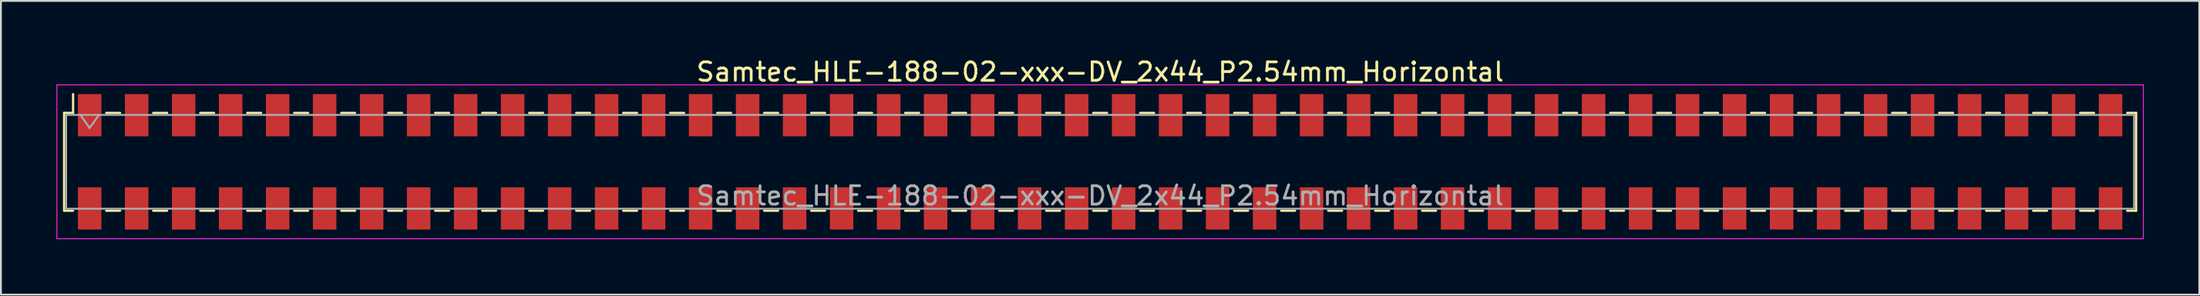
<source format=kicad_pcb>
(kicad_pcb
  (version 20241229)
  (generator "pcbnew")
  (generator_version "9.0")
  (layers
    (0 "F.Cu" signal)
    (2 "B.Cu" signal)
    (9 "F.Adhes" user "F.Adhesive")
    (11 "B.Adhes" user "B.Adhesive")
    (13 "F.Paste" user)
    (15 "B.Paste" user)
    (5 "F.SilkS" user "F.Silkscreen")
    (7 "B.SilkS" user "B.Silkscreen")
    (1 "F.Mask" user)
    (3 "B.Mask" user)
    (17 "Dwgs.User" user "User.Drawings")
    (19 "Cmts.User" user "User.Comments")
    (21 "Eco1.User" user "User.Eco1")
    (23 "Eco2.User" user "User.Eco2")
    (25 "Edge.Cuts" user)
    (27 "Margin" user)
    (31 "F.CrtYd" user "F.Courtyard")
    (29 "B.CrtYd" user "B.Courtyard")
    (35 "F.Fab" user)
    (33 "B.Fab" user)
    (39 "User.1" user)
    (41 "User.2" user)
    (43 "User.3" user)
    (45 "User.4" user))
  (footprint "Samtec_HLE-188-02-xxx-DV_2x44_P2.54mm_Horizontal"
    (layer "F.Cu")
    (at 56.405 5.718)
    (property "Reference" "Samtec_HLE-188-02-xxx-DV_2x44_P2.54mm_Horizontal" (at 0 -4.87 0) (layer "F.SilkS") (effects (font (size 1 1) (thickness 0.15))))
    (attr smd)
    (fp_line (start -55.99 -2.65) (end -55.99 2.65) (stroke (width 0.12) (type solid)) (layer "F.SilkS"))
    (fp_line (start -55.99 2.65) (end -55.505 2.65) (stroke (width 0.12) (type solid)) (layer "F.SilkS"))
    (fp_line (start -55.505 -3.67) (end -55.505 -2.65) (stroke (width 0.12) (type solid)) (layer "F.SilkS"))
    (fp_line (start -55.505 -2.65) (end -55.99 -2.65) (stroke (width 0.12) (type solid)) (layer "F.SilkS"))
    (fp_line (start -53.715 -2.65) (end -52.965 -2.65) (stroke (width 0.12) (type solid)) (layer "F.SilkS"))
    (fp_line (start -53.715 2.65) (end -52.965 2.65) (stroke (width 0.12) (type solid)) (layer "F.SilkS"))
    (fp_line (start -51.175 -2.65) (end -50.425 -2.65) (stroke (width 0.12) (type solid)) (layer "F.SilkS"))
    (fp_line (start -51.175 2.65) (end -50.425 2.65) (stroke (width 0.12) (type solid)) (layer "F.SilkS"))
    (fp_line (start -48.635 -2.65) (end -47.885 -2.65) (stroke (width 0.12) (type solid)) (layer "F.SilkS"))
    (fp_line (start -48.635 2.65) (end -47.885 2.65) (stroke (width 0.12) (type solid)) (layer "F.SilkS"))
    (fp_line (start -46.095 -2.65) (end -45.345 -2.65) (stroke (width 0.12) (type solid)) (layer "F.SilkS"))
    (fp_line (start -46.095 2.65) (end -45.345 2.65) (stroke (width 0.12) (type solid)) (layer "F.SilkS"))
    (fp_line (start -43.555 -2.65) (end -42.805 -2.65) (stroke (width 0.12) (type solid)) (layer "F.SilkS"))
    (fp_line (start -43.555 2.65) (end -42.805 2.65) (stroke (width 0.12) (type solid)) (layer "F.SilkS"))
    (fp_line (start -41.015 -2.65) (end -40.265 -2.65) (stroke (width 0.12) (type solid)) (layer "F.SilkS"))
    (fp_line (start -41.015 2.65) (end -40.265 2.65) (stroke (width 0.12) (type solid)) (layer "F.SilkS"))
    (fp_line (start -38.475 -2.65) (end -37.725 -2.65) (stroke (width 0.12) (type solid)) (layer "F.SilkS"))
    (fp_line (start -38.475 2.65) (end -37.725 2.65) (stroke (width 0.12) (type solid)) (layer "F.SilkS"))
    (fp_line (start -35.935 -2.65) (end -35.185 -2.65) (stroke (width 0.12) (type solid)) (layer "F.SilkS"))
    (fp_line (start -35.935 2.65) (end -35.185 2.65) (stroke (width 0.12) (type solid)) (layer "F.SilkS"))
    (fp_line (start -33.395 -2.65) (end -32.645 -2.65) (stroke (width 0.12) (type solid)) (layer "F.SilkS"))
    (fp_line (start -33.395 2.65) (end -32.645 2.65) (stroke (width 0.12) (type solid)) (layer "F.SilkS"))
    (fp_line (start -30.855 -2.65) (end -30.105 -2.65) (stroke (width 0.12) (type solid)) (layer "F.SilkS"))
    (fp_line (start -30.855 2.65) (end -30.105 2.65) (stroke (width 0.12) (type solid)) (layer "F.SilkS"))
    (fp_line (start -28.315 -2.65) (end -27.565 -2.65) (stroke (width 0.12) (type solid)) (layer "F.SilkS"))
    (fp_line (start -28.315 2.65) (end -27.565 2.65) (stroke (width 0.12) (type solid)) (layer "F.SilkS"))
    (fp_line (start -25.775 -2.65) (end -25.025 -2.65) (stroke (width 0.12) (type solid)) (layer "F.SilkS"))
    (fp_line (start -25.775 2.65) (end -25.025 2.65) (stroke (width 0.12) (type solid)) (layer "F.SilkS"))
    (fp_line (start -23.235 -2.65) (end -22.485 -2.65) (stroke (width 0.12) (type solid)) (layer "F.SilkS"))
    (fp_line (start -23.235 2.65) (end -22.485 2.65) (stroke (width 0.12) (type solid)) (layer "F.SilkS"))
    (fp_line (start -20.695 -2.65) (end -19.945 -2.65) (stroke (width 0.12) (type solid)) (layer "F.SilkS"))
    (fp_line (start -20.695 2.65) (end -19.945 2.65) (stroke (width 0.12) (type solid)) (layer "F.SilkS"))
    (fp_line (start -18.155 -2.65) (end -17.405 -2.65) (stroke (width 0.12) (type solid)) (layer "F.SilkS"))
    (fp_line (start -18.155 2.65) (end -17.405 2.65) (stroke (width 0.12) (type solid)) (layer "F.SilkS"))
    (fp_line (start -15.615 -2.65) (end -14.865 -2.65) (stroke (width 0.12) (type solid)) (layer "F.SilkS"))
    (fp_line (start -15.615 2.65) (end -14.865 2.65) (stroke (width 0.12) (type solid)) (layer "F.SilkS"))
    (fp_line (start -13.075 -2.65) (end -12.325 -2.65) (stroke (width 0.12) (type solid)) (layer "F.SilkS"))
    (fp_line (start -13.075 2.65) (end -12.325 2.65) (stroke (width 0.12) (type solid)) (layer "F.SilkS"))
    (fp_line (start -10.535 -2.65) (end -9.785 -2.65) (stroke (width 0.12) (type solid)) (layer "F.SilkS"))
    (fp_line (start -10.535 2.65) (end -9.785 2.65) (stroke (width 0.12) (type solid)) (layer "F.SilkS"))
    (fp_line (start -7.995 -2.65) (end -7.245 -2.65) (stroke (width 0.12) (type solid)) (layer "F.SilkS"))
    (fp_line (start -7.995 2.65) (end -7.245 2.65) (stroke (width 0.12) (type solid)) (layer "F.SilkS"))
    (fp_line (start -5.455 -2.65) (end -4.705 -2.65) (stroke (width 0.12) (type solid)) (layer "F.SilkS"))
    (fp_line (start -5.455 2.65) (end -4.705 2.65) (stroke (width 0.12) (type solid)) (layer "F.SilkS"))
    (fp_line (start -2.915 -2.65) (end -2.165 -2.65) (stroke (width 0.12) (type solid)) (layer "F.SilkS"))
    (fp_line (start -2.915 2.65) (end -2.165 2.65) (stroke (width 0.12) (type solid)) (layer "F.SilkS"))
    (fp_line (start -0.375 -2.65) (end 0.375 -2.65) (stroke (width 0.12) (type solid)) (layer "F.SilkS"))
    (fp_line (start -0.375 2.65) (end 0.375 2.65) (stroke (width 0.12) (type solid)) (layer "F.SilkS"))
    (fp_line (start 2.165 -2.65) (end 2.915 -2.65) (stroke (width 0.12) (type solid)) (layer "F.SilkS"))
    (fp_line (start 2.165 2.65) (end 2.915 2.65) (stroke (width 0.12) (type solid)) (layer "F.SilkS"))
    (fp_line (start 4.705 -2.65) (end 5.455 -2.65) (stroke (width 0.12) (type solid)) (layer "F.SilkS"))
    (fp_line (start 4.705 2.65) (end 5.455 2.65) (stroke (width 0.12) (type solid)) (layer "F.SilkS"))
    (fp_line (start 7.245 -2.65) (end 7.995 -2.65) (stroke (width 0.12) (type solid)) (layer "F.SilkS"))
    (fp_line (start 7.245 2.65) (end 7.995 2.65) (stroke (width 0.12) (type solid)) (layer "F.SilkS"))
    (fp_line (start 9.785 -2.65) (end 10.535 -2.65) (stroke (width 0.12) (type solid)) (layer "F.SilkS"))
    (fp_line (start 9.785 2.65) (end 10.535 2.65) (stroke (width 0.12) (type solid)) (layer "F.SilkS"))
    (fp_line (start 12.325 -2.65) (end 13.075 -2.65) (stroke (width 0.12) (type solid)) (layer "F.SilkS"))
    (fp_line (start 12.325 2.65) (end 13.075 2.65) (stroke (width 0.12) (type solid)) (layer "F.SilkS"))
    (fp_line (start 14.865 -2.65) (end 15.615 -2.65) (stroke (width 0.12) (type solid)) (layer "F.SilkS"))
    (fp_line (start 14.865 2.65) (end 15.615 2.65) (stroke (width 0.12) (type solid)) (layer "F.SilkS"))
    (fp_line (start 17.405 -2.65) (end 18.155 -2.65) (stroke (width 0.12) (type solid)) (layer "F.SilkS"))
    (fp_line (start 17.405 2.65) (end 18.155 2.65) (stroke (width 0.12) (type solid)) (layer "F.SilkS"))
    (fp_line (start 19.945 -2.65) (end 20.695 -2.65) (stroke (width 0.12) (type solid)) (layer "F.SilkS"))
    (fp_line (start 19.945 2.65) (end 20.695 2.65) (stroke (width 0.12) (type solid)) (layer "F.SilkS"))
    (fp_line (start 22.485 -2.65) (end 23.235 -2.65) (stroke (width 0.12) (type solid)) (layer "F.SilkS"))
    (fp_line (start 22.485 2.65) (end 23.235 2.65) (stroke (width 0.12) (type solid)) (layer "F.SilkS"))
    (fp_line (start 25.025 -2.65) (end 25.775 -2.65) (stroke (width 0.12) (type solid)) (layer "F.SilkS"))
    (fp_line (start 25.025 2.65) (end 25.775 2.65) (stroke (width 0.12) (type solid)) (layer "F.SilkS"))
    (fp_line (start 27.565 -2.65) (end 28.315 -2.65) (stroke (width 0.12) (type solid)) (layer "F.SilkS"))
    (fp_line (start 27.565 2.65) (end 28.315 2.65) (stroke (width 0.12) (type solid)) (layer "F.SilkS"))
    (fp_line (start 30.105 -2.65) (end 30.855 -2.65) (stroke (width 0.12) (type solid)) (layer "F.SilkS"))
    (fp_line (start 30.105 2.65) (end 30.855 2.65) (stroke (width 0.12) (type solid)) (layer "F.SilkS"))
    (fp_line (start 32.645 -2.65) (end 33.395 -2.65) (stroke (width 0.12) (type solid)) (layer "F.SilkS"))
    (fp_line (start 32.645 2.65) (end 33.395 2.65) (stroke (width 0.12) (type solid)) (layer "F.SilkS"))
    (fp_line (start 35.185 -2.65) (end 35.935 -2.65) (stroke (width 0.12) (type solid)) (layer "F.SilkS"))
    (fp_line (start 35.185 2.65) (end 35.935 2.65) (stroke (width 0.12) (type solid)) (layer "F.SilkS"))
    (fp_line (start 37.725 -2.65) (end 38.475 -2.65) (stroke (width 0.12) (type solid)) (layer "F.SilkS"))
    (fp_line (start 37.725 2.65) (end 38.475 2.65) (stroke (width 0.12) (type solid)) (layer "F.SilkS"))
    (fp_line (start 40.265 -2.65) (end 41.015 -2.65) (stroke (width 0.12) (type solid)) (layer "F.SilkS"))
    (fp_line (start 40.265 2.65) (end 41.015 2.65) (stroke (width 0.12) (type solid)) (layer "F.SilkS"))
    (fp_line (start 42.805 -2.65) (end 43.555 -2.65) (stroke (width 0.12) (type solid)) (layer "F.SilkS"))
    (fp_line (start 42.805 2.65) (end 43.555 2.65) (stroke (width 0.12) (type solid)) (layer "F.SilkS"))
    (fp_line (start 45.345 -2.65) (end 46.095 -2.65) (stroke (width 0.12) (type solid)) (layer "F.SilkS"))
    (fp_line (start 45.345 2.65) (end 46.095 2.65) (stroke (width 0.12) (type solid)) (layer "F.SilkS"))
    (fp_line (start 47.885 -2.65) (end 48.635 -2.65) (stroke (width 0.12) (type solid)) (layer "F.SilkS"))
    (fp_line (start 47.885 2.65) (end 48.635 2.65) (stroke (width 0.12) (type solid)) (layer "F.SilkS"))
    (fp_line (start 50.425 -2.65) (end 51.175 -2.65) (stroke (width 0.12) (type solid)) (layer "F.SilkS"))
    (fp_line (start 50.425 2.65) (end 51.175 2.65) (stroke (width 0.12) (type solid)) (layer "F.SilkS"))
    (fp_line (start 52.965 -2.65) (end 53.715 -2.65) (stroke (width 0.12) (type solid)) (layer "F.SilkS"))
    (fp_line (start 52.965 2.65) (end 53.715 2.65) (stroke (width 0.12) (type solid)) (layer "F.SilkS"))
    (fp_line (start 55.505 -2.65) (end 55.99 -2.65) (stroke (width 0.12) (type solid)) (layer "F.SilkS"))
    (fp_line (start 55.99 -2.65) (end 55.99 2.65) (stroke (width 0.12) (type solid)) (layer "F.SilkS"))
    (fp_line (start 55.99 2.65) (end 55.505 2.65) (stroke (width 0.12) (type solid)) (layer "F.SilkS"))
    (fp_line (start -56.38 -4.17) (end 56.38 -4.17) (stroke (width 0.05) (type solid)) (layer "F.CrtYd"))
    (fp_line (start -56.38 4.17) (end -56.38 -4.17) (stroke (width 0.05) (type solid)) (layer "F.CrtYd"))
    (fp_line (start 56.38 -4.17) (end 56.38 4.17) (stroke (width 0.05) (type solid)) (layer "F.CrtYd"))
    (fp_line (start 56.38 4.17) (end -56.38 4.17) (stroke (width 0.05) (type solid)) (layer "F.CrtYd"))
    (fp_line (start -55.88 -2.54) (end 55.88 -2.54) (stroke (width 0.1) (type solid)) (layer "F.Fab"))
    (fp_line (start -55.88 2.54) (end -55.88 -2.54) (stroke (width 0.1) (type solid)) (layer "F.Fab"))
    (fp_line (start -55.11 -2.54) (end -54.61 -1.833) (stroke (width 0.1) (type solid)) (layer "F.Fab"))
    (fp_line (start -54.61 -1.833) (end -54.11 -2.54) (stroke (width 0.1) (type solid)) (layer "F.Fab"))
    (fp_line (start 55.88 -2.54) (end 55.88 2.54) (stroke (width 0.1) (type solid)) (layer "F.Fab"))
    (fp_line (start 55.88 2.54) (end -55.88 2.54) (stroke (width 0.1) (type solid)) (layer "F.Fab"))
    (fp_text user "${REFERENCE}" (at 0 1.84 0) (layer "F.Fab") (effects (font (size 1 1) (thickness 0.15))))
    (pad "1" smd rect (at -54.61 -2.525) (size 1.27 2.29) (layers "F.Cu" "F.Mask" "F.Paste"))
    (pad "2" smd rect (at -54.61 2.525) (size 1.27 2.29) (layers "F.Cu" "F.Mask" "F.Paste"))
    (pad "3" smd rect (at -52.07 -2.525) (size 1.27 2.29) (layers "F.Cu" "F.Mask" "F.Paste"))
    (pad "4" smd rect (at -52.07 2.525) (size 1.27 2.29) (layers "F.Cu" "F.Mask" "F.Paste"))
    (pad "5" smd rect (at -49.53 -2.525) (size 1.27 2.29) (layers "F.Cu" "F.Mask" "F.Paste"))
    (pad "6" smd rect (at -49.53 2.525) (size 1.27 2.29) (layers "F.Cu" "F.Mask" "F.Paste"))
    (pad "7" smd rect (at -46.99 -2.525) (size 1.27 2.29) (layers "F.Cu" "F.Mask" "F.Paste"))
    (pad "8" smd rect (at -46.99 2.525) (size 1.27 2.29) (layers "F.Cu" "F.Mask" "F.Paste"))
    (pad "9" smd rect (at -44.45 -2.525) (size 1.27 2.29) (layers "F.Cu" "F.Mask" "F.Paste"))
    (pad "10" smd rect (at -44.45 2.525) (size 1.27 2.29) (layers "F.Cu" "F.Mask" "F.Paste"))
    (pad "11" smd rect (at -41.91 -2.525) (size 1.27 2.29) (layers "F.Cu" "F.Mask" "F.Paste"))
    (pad "12" smd rect (at -41.91 2.525) (size 1.27 2.29) (layers "F.Cu" "F.Mask" "F.Paste"))
    (pad "13" smd rect (at -39.37 -2.525) (size 1.27 2.29) (layers "F.Cu" "F.Mask" "F.Paste"))
    (pad "14" smd rect (at -39.37 2.525) (size 1.27 2.29) (layers "F.Cu" "F.Mask" "F.Paste"))
    (pad "15" smd rect (at -36.83 -2.525) (size 1.27 2.29) (layers "F.Cu" "F.Mask" "F.Paste"))
    (pad "16" smd rect (at -36.83 2.525) (size 1.27 2.29) (layers "F.Cu" "F.Mask" "F.Paste"))
    (pad "17" smd rect (at -34.29 -2.525) (size 1.27 2.29) (layers "F.Cu" "F.Mask" "F.Paste"))
    (pad "18" smd rect (at -34.29 2.525) (size 1.27 2.29) (layers "F.Cu" "F.Mask" "F.Paste"))
    (pad "19" smd rect (at -31.75 -2.525) (size 1.27 2.29) (layers "F.Cu" "F.Mask" "F.Paste"))
    (pad "20" smd rect (at -31.75 2.525) (size 1.27 2.29) (layers "F.Cu" "F.Mask" "F.Paste"))
    (pad "21" smd rect (at -29.21 -2.525) (size 1.27 2.29) (layers "F.Cu" "F.Mask" "F.Paste"))
    (pad "22" smd rect (at -29.21 2.525) (size 1.27 2.29) (layers "F.Cu" "F.Mask" "F.Paste"))
    (pad "23" smd rect (at -26.67 -2.525) (size 1.27 2.29) (layers "F.Cu" "F.Mask" "F.Paste"))
    (pad "24" smd rect (at -26.67 2.525) (size 1.27 2.29) (layers "F.Cu" "F.Mask" "F.Paste"))
    (pad "25" smd rect (at -24.13 -2.525) (size 1.27 2.29) (layers "F.Cu" "F.Mask" "F.Paste"))
    (pad "26" smd rect (at -24.13 2.525) (size 1.27 2.29) (layers "F.Cu" "F.Mask" "F.Paste"))
    (pad "27" smd rect (at -21.59 -2.525) (size 1.27 2.29) (layers "F.Cu" "F.Mask" "F.Paste"))
    (pad "28" smd rect (at -21.59 2.525) (size 1.27 2.29) (layers "F.Cu" "F.Mask" "F.Paste"))
    (pad "29" smd rect (at -19.05 -2.525) (size 1.27 2.29) (layers "F.Cu" "F.Mask" "F.Paste"))
    (pad "30" smd rect (at -19.05 2.525) (size 1.27 2.29) (layers "F.Cu" "F.Mask" "F.Paste"))
    (pad "31" smd rect (at -16.51 -2.525) (size 1.27 2.29) (layers "F.Cu" "F.Mask" "F.Paste"))
    (pad "32" smd rect (at -16.51 2.525) (size 1.27 2.29) (layers "F.Cu" "F.Mask" "F.Paste"))
    (pad "33" smd rect (at -13.97 -2.525) (size 1.27 2.29) (layers "F.Cu" "F.Mask" "F.Paste"))
    (pad "34" smd rect (at -13.97 2.525) (size 1.27 2.29) (layers "F.Cu" "F.Mask" "F.Paste"))
    (pad "35" smd rect (at -11.43 -2.525) (size 1.27 2.29) (layers "F.Cu" "F.Mask" "F.Paste"))
    (pad "36" smd rect (at -11.43 2.525) (size 1.27 2.29) (layers "F.Cu" "F.Mask" "F.Paste"))
    (pad "37" smd rect (at -8.89 -2.525) (size 1.27 2.29) (layers "F.Cu" "F.Mask" "F.Paste"))
    (pad "38" smd rect (at -8.89 2.525) (size 1.27 2.29) (layers "F.Cu" "F.Mask" "F.Paste"))
    (pad "39" smd rect (at -6.35 -2.525) (size 1.27 2.29) (layers "F.Cu" "F.Mask" "F.Paste"))
    (pad "40" smd rect (at -6.35 2.525) (size 1.27 2.29) (layers "F.Cu" "F.Mask" "F.Paste"))
    (pad "41" smd rect (at -3.81 -2.525) (size 1.27 2.29) (layers "F.Cu" "F.Mask" "F.Paste"))
    (pad "42" smd rect (at -3.81 2.525) (size 1.27 2.29) (layers "F.Cu" "F.Mask" "F.Paste"))
    (pad "43" smd rect (at -1.27 -2.525) (size 1.27 2.29) (layers "F.Cu" "F.Mask" "F.Paste"))
    (pad "44" smd rect (at -1.27 2.525) (size 1.27 2.29) (layers "F.Cu" "F.Mask" "F.Paste"))
    (pad "45" smd rect (at 1.27 -2.525) (size 1.27 2.29) (layers "F.Cu" "F.Mask" "F.Paste"))
    (pad "46" smd rect (at 1.27 2.525) (size 1.27 2.29) (layers "F.Cu" "F.Mask" "F.Paste"))
    (pad "47" smd rect (at 3.81 -2.525) (size 1.27 2.29) (layers "F.Cu" "F.Mask" "F.Paste"))
    (pad "48" smd rect (at 3.81 2.525) (size 1.27 2.29) (layers "F.Cu" "F.Mask" "F.Paste"))
    (pad "49" smd rect (at 6.35 -2.525) (size 1.27 2.29) (layers "F.Cu" "F.Mask" "F.Paste"))
    (pad "50" smd rect (at 6.35 2.525) (size 1.27 2.29) (layers "F.Cu" "F.Mask" "F.Paste"))
    (pad "51" smd rect (at 8.89 -2.525) (size 1.27 2.29) (layers "F.Cu" "F.Mask" "F.Paste"))
    (pad "52" smd rect (at 8.89 2.525) (size 1.27 2.29) (layers "F.Cu" "F.Mask" "F.Paste"))
    (pad "53" smd rect (at 11.43 -2.525) (size 1.27 2.29) (layers "F.Cu" "F.Mask" "F.Paste"))
    (pad "54" smd rect (at 11.43 2.525) (size 1.27 2.29) (layers "F.Cu" "F.Mask" "F.Paste"))
    (pad "55" smd rect (at 13.97 -2.525) (size 1.27 2.29) (layers "F.Cu" "F.Mask" "F.Paste"))
    (pad "56" smd rect (at 13.97 2.525) (size 1.27 2.29) (layers "F.Cu" "F.Mask" "F.Paste"))
    (pad "57" smd rect (at 16.51 -2.525) (size 1.27 2.29) (layers "F.Cu" "F.Mask" "F.Paste"))
    (pad "58" smd rect (at 16.51 2.525) (size 1.27 2.29) (layers "F.Cu" "F.Mask" "F.Paste"))
    (pad "59" smd rect (at 19.05 -2.525) (size 1.27 2.29) (layers "F.Cu" "F.Mask" "F.Paste"))
    (pad "60" smd rect (at 19.05 2.525) (size 1.27 2.29) (layers "F.Cu" "F.Mask" "F.Paste"))
    (pad "61" smd rect (at 21.59 -2.525) (size 1.27 2.29) (layers "F.Cu" "F.Mask" "F.Paste"))
    (pad "62" smd rect (at 21.59 2.525) (size 1.27 2.29) (layers "F.Cu" "F.Mask" "F.Paste"))
    (pad "63" smd rect (at 24.13 -2.525) (size 1.27 2.29) (layers "F.Cu" "F.Mask" "F.Paste"))
    (pad "64" smd rect (at 24.13 2.525) (size 1.27 2.29) (layers "F.Cu" "F.Mask" "F.Paste"))
    (pad "65" smd rect (at 26.67 -2.525) (size 1.27 2.29) (layers "F.Cu" "F.Mask" "F.Paste"))
    (pad "66" smd rect (at 26.67 2.525) (size 1.27 2.29) (layers "F.Cu" "F.Mask" "F.Paste"))
    (pad "67" smd rect (at 29.21 -2.525) (size 1.27 2.29) (layers "F.Cu" "F.Mask" "F.Paste"))
    (pad "68" smd rect (at 29.21 2.525) (size 1.27 2.29) (layers "F.Cu" "F.Mask" "F.Paste"))
    (pad "69" smd rect (at 31.75 -2.525) (size 1.27 2.29) (layers "F.Cu" "F.Mask" "F.Paste"))
    (pad "70" smd rect (at 31.75 2.525) (size 1.27 2.29) (layers "F.Cu" "F.Mask" "F.Paste"))
    (pad "71" smd rect (at 34.29 -2.525) (size 1.27 2.29) (layers "F.Cu" "F.Mask" "F.Paste"))
    (pad "72" smd rect (at 34.29 2.525) (size 1.27 2.29) (layers "F.Cu" "F.Mask" "F.Paste"))
    (pad "73" smd rect (at 36.83 -2.525) (size 1.27 2.29) (layers "F.Cu" "F.Mask" "F.Paste"))
    (pad "74" smd rect (at 36.83 2.525) (size 1.27 2.29) (layers "F.Cu" "F.Mask" "F.Paste"))
    (pad "75" smd rect (at 39.37 -2.525) (size 1.27 2.29) (layers "F.Cu" "F.Mask" "F.Paste"))
    (pad "76" smd rect (at 39.37 2.525) (size 1.27 2.29) (layers "F.Cu" "F.Mask" "F.Paste"))
    (pad "77" smd rect (at 41.91 -2.525) (size 1.27 2.29) (layers "F.Cu" "F.Mask" "F.Paste"))
    (pad "78" smd rect (at 41.91 2.525) (size 1.27 2.29) (layers "F.Cu" "F.Mask" "F.Paste"))
    (pad "79" smd rect (at 44.45 -2.525) (size 1.27 2.29) (layers "F.Cu" "F.Mask" "F.Paste"))
    (pad "80" smd rect (at 44.45 2.525) (size 1.27 2.29) (layers "F.Cu" "F.Mask" "F.Paste"))
    (pad "81" smd rect (at 46.99 -2.525) (size 1.27 2.29) (layers "F.Cu" "F.Mask" "F.Paste"))
    (pad "82" smd rect (at 46.99 2.525) (size 1.27 2.29) (layers "F.Cu" "F.Mask" "F.Paste"))
    (pad "83" smd rect (at 49.53 -2.525) (size 1.27 2.29) (layers "F.Cu" "F.Mask" "F.Paste"))
    (pad "84" smd rect (at 49.53 2.525) (size 1.27 2.29) (layers "F.Cu" "F.Mask" "F.Paste"))
    (pad "85" smd rect (at 52.07 -2.525) (size 1.27 2.29) (layers "F.Cu" "F.Mask" "F.Paste"))
    (pad "86" smd rect (at 52.07 2.525) (size 1.27 2.29) (layers "F.Cu" "F.Mask" "F.Paste"))
    (pad "87" smd rect (at 54.61 -2.525) (size 1.27 2.29) (layers "F.Cu" "F.Mask" "F.Paste"))
    (pad "88" smd rect (at 54.61 2.525) (size 1.27 2.29) (layers "F.Cu" "F.Mask" "F.Paste")))
  (gr_rect
    (start -3 -3)
    (end 115.81 12.913)
    (stroke (width 0.1) (type default))
    (fill no)
    (layer "Edge.Cuts")))
</source>
